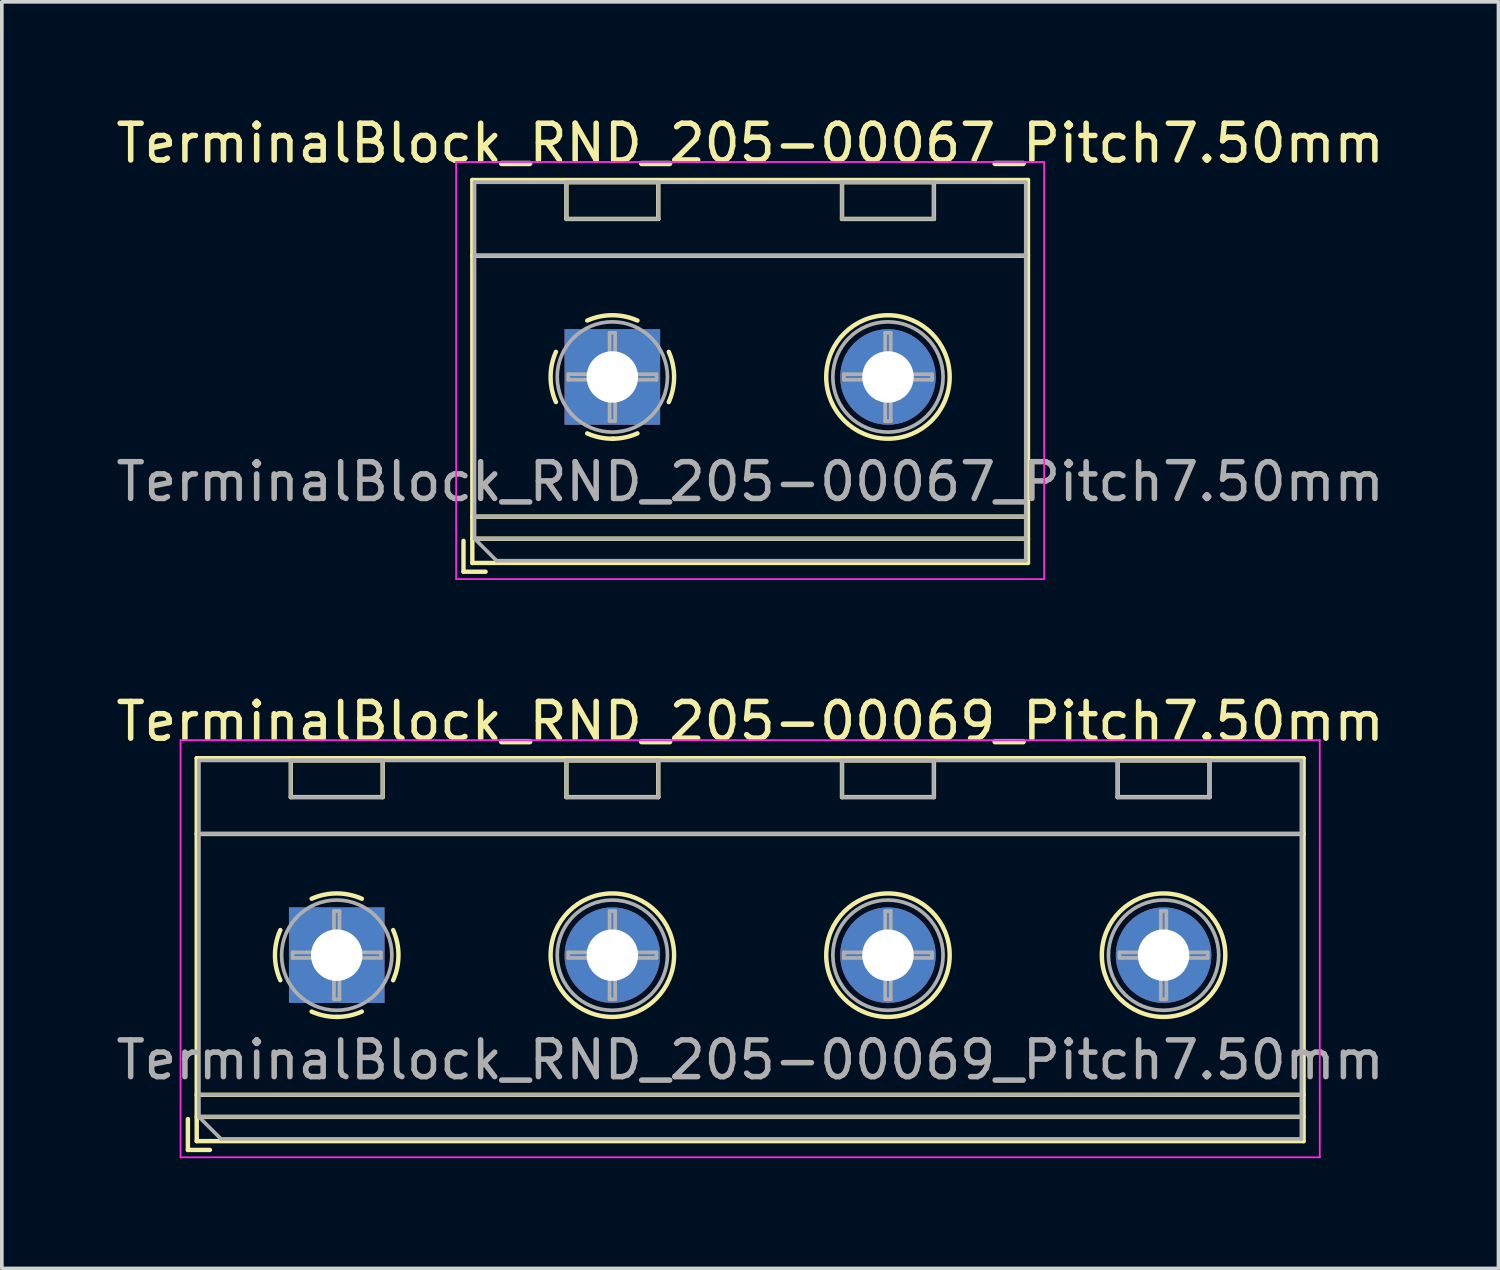
<source format=kicad_pcb>
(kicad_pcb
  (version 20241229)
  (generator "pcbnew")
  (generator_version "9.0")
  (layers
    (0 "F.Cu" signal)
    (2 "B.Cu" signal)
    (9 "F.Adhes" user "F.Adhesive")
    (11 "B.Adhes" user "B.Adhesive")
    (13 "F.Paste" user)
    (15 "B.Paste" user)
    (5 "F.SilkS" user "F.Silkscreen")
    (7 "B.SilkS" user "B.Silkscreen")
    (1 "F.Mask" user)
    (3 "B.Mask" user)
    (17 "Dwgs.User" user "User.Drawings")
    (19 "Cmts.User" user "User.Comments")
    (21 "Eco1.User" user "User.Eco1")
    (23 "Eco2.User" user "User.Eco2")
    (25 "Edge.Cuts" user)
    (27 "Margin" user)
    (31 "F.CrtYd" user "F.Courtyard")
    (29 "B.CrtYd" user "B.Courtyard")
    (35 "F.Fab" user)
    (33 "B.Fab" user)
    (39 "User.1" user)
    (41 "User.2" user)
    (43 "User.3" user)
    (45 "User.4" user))
  (footprint "TerminalBlock_RND_205-00069_Pitch7.50mm"
    (layer "F.Cu")
    (at 6.113 22.942)
    (property "Reference" "TerminalBlock_RND_205-00069_Pitch7.50mm" (at 11.25 -6.36 0) (layer "F.SilkS") (effects (font (size 1 1) (thickness 0.15))))
    (attr through_hole)
    (fp_line (start -4.05 4.46) (end -4.05 5.3) (stroke (width 0.12) (type solid)) (layer "F.SilkS"))
    (fp_line (start -4.05 5.3) (end -3.45 5.3) (stroke (width 0.12) (type solid)) (layer "F.SilkS"))
    (fp_line (start -3.81 -5.36) (end -3.81 5.06) (stroke (width 0.12) (type solid)) (layer "F.SilkS"))
    (fp_line (start -3.81 -3.3) (end 26.31 -3.3) (stroke (width 0.12) (type solid)) (layer "F.SilkS"))
    (fp_line (start -3.81 3.8) (end 26.31 3.8) (stroke (width 0.12) (type solid)) (layer "F.SilkS"))
    (fp_line (start -3.81 4.4) (end 26.31 4.4) (stroke (width 0.12) (type solid)) (layer "F.SilkS"))
    (fp_line (start -3.81 5.06) (end 26.31 5.06) (stroke (width 0.12) (type solid)) (layer "F.SilkS"))
    (fp_line (start -1.25 -5.301) (end -1.25 -4.301) (stroke (width 0.12) (type solid)) (layer "F.SilkS"))
    (fp_line (start -1.25 -5.301) (end 1.25 -5.301) (stroke (width 0.12) (type solid)) (layer "F.SilkS"))
    (fp_line (start -1.25 -4.301) (end 1.25 -4.301) (stroke (width 0.12) (type solid)) (layer "F.SilkS"))
    (fp_line (start 1.25 -5.301) (end 1.25 -4.301) (stroke (width 0.12) (type solid)) (layer "F.SilkS"))
    (fp_line (start 6.25 -5.301) (end 6.25 -4.301) (stroke (width 0.12) (type solid)) (layer "F.SilkS"))
    (fp_line (start 6.25 -5.301) (end 8.75 -5.301) (stroke (width 0.12) (type solid)) (layer "F.SilkS"))
    (fp_line (start 6.25 -4.301) (end 8.75 -4.301) (stroke (width 0.12) (type solid)) (layer "F.SilkS"))
    (fp_line (start 8.75 -5.301) (end 8.75 -4.301) (stroke (width 0.12) (type solid)) (layer "F.SilkS"))
    (fp_line (start 13.75 -5.301) (end 13.75 -4.301) (stroke (width 0.12) (type solid)) (layer "F.SilkS"))
    (fp_line (start 13.75 -5.301) (end 16.25 -5.301) (stroke (width 0.12) (type solid)) (layer "F.SilkS"))
    (fp_line (start 13.75 -4.301) (end 16.25 -4.301) (stroke (width 0.12) (type solid)) (layer "F.SilkS"))
    (fp_line (start 16.25 -5.301) (end 16.25 -4.301) (stroke (width 0.12) (type solid)) (layer "F.SilkS"))
    (fp_line (start 21.25 -5.301) (end 21.25 -4.301) (stroke (width 0.12) (type solid)) (layer "F.SilkS"))
    (fp_line (start 21.25 -5.301) (end 23.75 -5.301) (stroke (width 0.12) (type solid)) (layer "F.SilkS"))
    (fp_line (start 21.25 -4.301) (end 23.75 -4.301) (stroke (width 0.12) (type solid)) (layer "F.SilkS"))
    (fp_line (start 23.75 -5.301) (end 23.75 -4.301) (stroke (width 0.12) (type solid)) (layer "F.SilkS"))
    (fp_line (start 26.31 -5.36) (end -3.81 -5.36) (stroke (width 0.12) (type solid)) (layer "F.SilkS"))
    (fp_line (start 26.31 5.06) (end 26.31 -5.36) (stroke (width 0.12) (type solid)) (layer "F.SilkS"))
    (fp_arc (start -1.535427 0.683042) (mid -1.680501 -0.000524) (end -1.535 -0.684) (stroke (width 0.12) (type solid)) (layer "F.SilkS"))
    (fp_arc (start -0.683042 -1.535427) (mid 0.000524 -1.680501) (end 0.684 -1.535) (stroke (width 0.12) (type solid)) (layer "F.SilkS"))
    (fp_arc (start 0.028805 1.680253) (mid -0.335551 1.646659) (end -0.684 1.535) (stroke (width 0.12) (type solid)) (layer "F.SilkS"))
    (fp_arc (start 0.683318 1.534756) (mid 0.349292 1.643288) (end 0 1.68) (stroke (width 0.12) (type solid)) (layer "F.SilkS"))
    (fp_arc (start 1.535427 -0.683042) (mid 1.680501 0.000524) (end 1.535 0.684) (stroke (width 0.12) (type solid)) (layer "F.SilkS"))
    (fp_circle (center 7.5 0) (end 9.18 0) (stroke (width 0.12) (type solid)) (fill no) (layer "F.SilkS"))
    (fp_circle (center 15 0) (end 16.68 0) (stroke (width 0.12) (type solid)) (fill no) (layer "F.SilkS"))
    (fp_circle (center 22.5 0) (end 24.18 0) (stroke (width 0.12) (type solid)) (fill no) (layer "F.SilkS"))
    (fp_line (start -4.25 -5.85) (end -4.25 5.5) (stroke (width 0.05) (type solid)) (layer "F.CrtYd"))
    (fp_line (start -4.25 5.5) (end 26.75 5.5) (stroke (width 0.05) (type solid)) (layer "F.CrtYd"))
    (fp_line (start 26.75 -5.85) (end -4.25 -5.85) (stroke (width 0.05) (type solid)) (layer "F.CrtYd"))
    (fp_line (start 26.75 5.5) (end 26.75 -5.85) (stroke (width 0.05) (type solid)) (layer "F.CrtYd"))
    (fp_line (start -3.75 -5.3) (end 26.25 -5.3) (stroke (width 0.1) (type solid)) (layer "F.Fab"))
    (fp_line (start -3.75 -3.3) (end 26.25 -3.3) (stroke (width 0.1) (type solid)) (layer "F.Fab"))
    (fp_line (start -3.75 3.8) (end 26.25 3.8) (stroke (width 0.1) (type solid)) (layer "F.Fab"))
    (fp_line (start -3.75 4.4) (end -3.75 -5.3) (stroke (width 0.1) (type solid)) (layer "F.Fab"))
    (fp_line (start -3.75 4.4) (end 26.25 4.4) (stroke (width 0.1) (type solid)) (layer "F.Fab"))
    (fp_line (start -3.15 5) (end -3.75 4.4) (stroke (width 0.1) (type solid)) (layer "F.Fab"))
    (fp_line (start -1.25 -5.3) (end -1.25 -4.3) (stroke (width 0.1) (type solid)) (layer "F.Fab"))
    (fp_line (start -1.25 -4.3) (end 1.25 -4.3) (stroke (width 0.1) (type solid)) (layer "F.Fab"))
    (fp_line (start -1.201 -0.076) (end -0.076 -0.076) (stroke (width 0.1) (type solid)) (layer "F.Fab"))
    (fp_line (start -1.201 0.076) (end -1.201 -0.076) (stroke (width 0.1) (type solid)) (layer "F.Fab"))
    (fp_line (start -0.076 -1.201) (end 0.076 -1.201) (stroke (width 0.1) (type solid)) (layer "F.Fab"))
    (fp_line (start -0.076 -0.076) (end -0.076 -1.201) (stroke (width 0.1) (type solid)) (layer "F.Fab"))
    (fp_line (start -0.076 0.076) (end -1.201 0.076) (stroke (width 0.1) (type solid)) (layer "F.Fab"))
    (fp_line (start -0.076 1.201) (end -0.076 0.076) (stroke (width 0.1) (type solid)) (layer "F.Fab"))
    (fp_line (start 0.076 -1.201) (end 0.076 -0.076) (stroke (width 0.1) (type solid)) (layer "F.Fab"))
    (fp_line (start 0.076 -0.076) (end 1.201 -0.076) (stroke (width 0.1) (type solid)) (layer "F.Fab"))
    (fp_line (start 0.076 0.076) (end 0.076 1.201) (stroke (width 0.1) (type solid)) (layer "F.Fab"))
    (fp_line (start 0.076 1.201) (end -0.076 1.201) (stroke (width 0.1) (type solid)) (layer "F.Fab"))
    (fp_line (start 1.201 -0.076) (end 1.201 0.076) (stroke (width 0.1) (type solid)) (layer "F.Fab"))
    (fp_line (start 1.201 0.076) (end 0.076 0.076) (stroke (width 0.1) (type solid)) (layer "F.Fab"))
    (fp_line (start 1.25 -5.3) (end -1.25 -5.3) (stroke (width 0.1) (type solid)) (layer "F.Fab"))
    (fp_line (start 1.25 -4.3) (end 1.25 -5.3) (stroke (width 0.1) (type solid)) (layer "F.Fab"))
    (fp_line (start 6.25 -5.3) (end 6.25 -4.3) (stroke (width 0.1) (type solid)) (layer "F.Fab"))
    (fp_line (start 6.25 -4.3) (end 8.75 -4.3) (stroke (width 0.1) (type solid)) (layer "F.Fab"))
    (fp_line (start 6.299 -0.076) (end 7.424 -0.076) (stroke (width 0.1) (type solid)) (layer "F.Fab"))
    (fp_line (start 6.299 0.076) (end 6.299 -0.076) (stroke (width 0.1) (type solid)) (layer "F.Fab"))
    (fp_line (start 7.424 -1.201) (end 7.576 -1.201) (stroke (width 0.1) (type solid)) (layer "F.Fab"))
    (fp_line (start 7.424 -0.076) (end 7.424 -1.201) (stroke (width 0.1) (type solid)) (layer "F.Fab"))
    (fp_line (start 7.424 0.076) (end 6.299 0.076) (stroke (width 0.1) (type solid)) (layer "F.Fab"))
    (fp_line (start 7.424 1.201) (end 7.424 0.076) (stroke (width 0.1) (type solid)) (layer "F.Fab"))
    (fp_line (start 7.576 -1.201) (end 7.576 -0.076) (stroke (width 0.1) (type solid)) (layer "F.Fab"))
    (fp_line (start 7.576 -0.076) (end 8.701 -0.076) (stroke (width 0.1) (type solid)) (layer "F.Fab"))
    (fp_line (start 7.576 0.076) (end 7.576 1.201) (stroke (width 0.1) (type solid)) (layer "F.Fab"))
    (fp_line (start 7.576 1.201) (end 7.424 1.201) (stroke (width 0.1) (type solid)) (layer "F.Fab"))
    (fp_line (start 8.701 -0.076) (end 8.701 0.076) (stroke (width 0.1) (type solid)) (layer "F.Fab"))
    (fp_line (start 8.701 0.076) (end 7.576 0.076) (stroke (width 0.1) (type solid)) (layer "F.Fab"))
    (fp_line (start 8.75 -5.3) (end 6.25 -5.3) (stroke (width 0.1) (type solid)) (layer "F.Fab"))
    (fp_line (start 8.75 -4.3) (end 8.75 -5.3) (stroke (width 0.1) (type solid)) (layer "F.Fab"))
    (fp_line (start 13.75 -5.3) (end 13.75 -4.3) (stroke (width 0.1) (type solid)) (layer "F.Fab"))
    (fp_line (start 13.75 -4.3) (end 16.25 -4.3) (stroke (width 0.1) (type solid)) (layer "F.Fab"))
    (fp_line (start 13.799 -0.076) (end 14.924 -0.076) (stroke (width 0.1) (type solid)) (layer "F.Fab"))
    (fp_line (start 13.799 0.076) (end 13.799 -0.076) (stroke (width 0.1) (type solid)) (layer "F.Fab"))
    (fp_line (start 14.924 -1.201) (end 15.076 -1.201) (stroke (width 0.1) (type solid)) (layer "F.Fab"))
    (fp_line (start 14.924 -0.076) (end 14.924 -1.201) (stroke (width 0.1) (type solid)) (layer "F.Fab"))
    (fp_line (start 14.924 0.076) (end 13.799 0.076) (stroke (width 0.1) (type solid)) (layer "F.Fab"))
    (fp_line (start 14.924 1.201) (end 14.924 0.076) (stroke (width 0.1) (type solid)) (layer "F.Fab"))
    (fp_line (start 15.076 -1.201) (end 15.076 -0.076) (stroke (width 0.1) (type solid)) (layer "F.Fab"))
    (fp_line (start 15.076 -0.076) (end 16.201 -0.076) (stroke (width 0.1) (type solid)) (layer "F.Fab"))
    (fp_line (start 15.076 0.076) (end 15.076 1.201) (stroke (width 0.1) (type solid)) (layer "F.Fab"))
    (fp_line (start 15.076 1.201) (end 14.924 1.201) (stroke (width 0.1) (type solid)) (layer "F.Fab"))
    (fp_line (start 16.201 -0.076) (end 16.201 0.076) (stroke (width 0.1) (type solid)) (layer "F.Fab"))
    (fp_line (start 16.201 0.076) (end 15.076 0.076) (stroke (width 0.1) (type solid)) (layer "F.Fab"))
    (fp_line (start 16.25 -5.3) (end 13.75 -5.3) (stroke (width 0.1) (type solid)) (layer "F.Fab"))
    (fp_line (start 16.25 -4.3) (end 16.25 -5.3) (stroke (width 0.1) (type solid)) (layer "F.Fab"))
    (fp_line (start 21.25 -5.3) (end 21.25 -4.3) (stroke (width 0.1) (type solid)) (layer "F.Fab"))
    (fp_line (start 21.25 -4.3) (end 23.75 -4.3) (stroke (width 0.1) (type solid)) (layer "F.Fab"))
    (fp_line (start 21.299 -0.076) (end 22.424 -0.076) (stroke (width 0.1) (type solid)) (layer "F.Fab"))
    (fp_line (start 21.299 0.076) (end 21.299 -0.076) (stroke (width 0.1) (type solid)) (layer "F.Fab"))
    (fp_line (start 22.424 -1.201) (end 22.576 -1.201) (stroke (width 0.1) (type solid)) (layer "F.Fab"))
    (fp_line (start 22.424 -0.076) (end 22.424 -1.201) (stroke (width 0.1) (type solid)) (layer "F.Fab"))
    (fp_line (start 22.424 0.076) (end 21.299 0.076) (stroke (width 0.1) (type solid)) (layer "F.Fab"))
    (fp_line (start 22.424 1.201) (end 22.424 0.076) (stroke (width 0.1) (type solid)) (layer "F.Fab"))
    (fp_line (start 22.576 -1.201) (end 22.576 -0.076) (stroke (width 0.1) (type solid)) (layer "F.Fab"))
    (fp_line (start 22.576 -0.076) (end 23.701 -0.076) (stroke (width 0.1) (type solid)) (layer "F.Fab"))
    (fp_line (start 22.576 0.076) (end 22.576 1.201) (stroke (width 0.1) (type solid)) (layer "F.Fab"))
    (fp_line (start 22.576 1.201) (end 22.424 1.201) (stroke (width 0.1) (type solid)) (layer "F.Fab"))
    (fp_line (start 23.701 -0.076) (end 23.701 0.076) (stroke (width 0.1) (type solid)) (layer "F.Fab"))
    (fp_line (start 23.701 0.076) (end 22.576 0.076) (stroke (width 0.1) (type solid)) (layer "F.Fab"))
    (fp_line (start 23.75 -5.3) (end 21.25 -5.3) (stroke (width 0.1) (type solid)) (layer "F.Fab"))
    (fp_line (start 23.75 -4.3) (end 23.75 -5.3) (stroke (width 0.1) (type solid)) (layer "F.Fab"))
    (fp_line (start 26.25 -5.3) (end 26.25 5) (stroke (width 0.1) (type solid)) (layer "F.Fab"))
    (fp_line (start 26.25 5) (end -3.15 5) (stroke (width 0.1) (type solid)) (layer "F.Fab"))
    (fp_circle (center 0 0) (end 1.5 0) (stroke (width 0.1) (type solid)) (fill no) (layer "F.Fab"))
    (fp_circle (center 7.5 0) (end 9 0) (stroke (width 0.1) (type solid)) (fill no) (layer "F.Fab"))
    (fp_circle (center 15 0) (end 16.5 0) (stroke (width 0.1) (type solid)) (fill no) (layer "F.Fab"))
    (fp_circle (center 22.5 0) (end 24 0) (stroke (width 0.1) (type solid)) (fill no) (layer "F.Fab"))
    (fp_text user "${REFERENCE}" (at 11.25 2.85 0) (layer "F.Fab") (effects (font (size 1 1) (thickness 0.15))))
    (pad "1" thru_hole rect (at 0 0) (size 2.6 2.6) (drill 1.4) (layers "*.Cu" "*.Mask"))
    (pad "2" thru_hole circle (at 7.5 0) (size 2.6 2.6) (drill 1.4) (layers "*.Cu" "*.Mask"))
    (pad "3" thru_hole circle (at 15 0) (size 2.6 2.6) (drill 1.4) (layers "*.Cu" "*.Mask"))
    (pad "4" thru_hole circle (at 22.5 0) (size 2.6 2.6) (drill 1.4) (layers "*.Cu" "*.Mask")))
  (footprint "TerminalBlock_RND_205-00067_Pitch7.50mm"
    (layer "F.Cu")
    (at 13.613 7.208)
    (property "Reference" "TerminalBlock_RND_205-00067_Pitch7.50mm" (at 3.75 -6.36 0) (layer "F.SilkS") (effects (font (size 1 1) (thickness 0.15))))
    (attr through_hole)
    (fp_line (start -4.05 4.46) (end -4.05 5.3) (stroke (width 0.12) (type solid)) (layer "F.SilkS"))
    (fp_line (start -4.05 5.3) (end -3.45 5.3) (stroke (width 0.12) (type solid)) (layer "F.SilkS"))
    (fp_line (start -3.81 -5.36) (end -3.81 5.06) (stroke (width 0.12) (type solid)) (layer "F.SilkS"))
    (fp_line (start -3.81 -3.3) (end 11.31 -3.3) (stroke (width 0.12) (type solid)) (layer "F.SilkS"))
    (fp_line (start -3.81 3.8) (end 11.31 3.8) (stroke (width 0.12) (type solid)) (layer "F.SilkS"))
    (fp_line (start -3.81 4.4) (end 11.31 4.4) (stroke (width 0.12) (type solid)) (layer "F.SilkS"))
    (fp_line (start -3.81 5.06) (end 11.31 5.06) (stroke (width 0.12) (type solid)) (layer "F.SilkS"))
    (fp_line (start -1.25 -5.301) (end -1.25 -4.301) (stroke (width 0.12) (type solid)) (layer "F.SilkS"))
    (fp_line (start -1.25 -5.301) (end 1.25 -5.301) (stroke (width 0.12) (type solid)) (layer "F.SilkS"))
    (fp_line (start -1.25 -4.301) (end 1.25 -4.301) (stroke (width 0.12) (type solid)) (layer "F.SilkS"))
    (fp_line (start 1.25 -5.301) (end 1.25 -4.301) (stroke (width 0.12) (type solid)) (layer "F.SilkS"))
    (fp_line (start 6.25 -5.301) (end 6.25 -4.301) (stroke (width 0.12) (type solid)) (layer "F.SilkS"))
    (fp_line (start 6.25 -5.301) (end 8.75 -5.301) (stroke (width 0.12) (type solid)) (layer "F.SilkS"))
    (fp_line (start 6.25 -4.301) (end 8.75 -4.301) (stroke (width 0.12) (type solid)) (layer "F.SilkS"))
    (fp_line (start 8.75 -5.301) (end 8.75 -4.301) (stroke (width 0.12) (type solid)) (layer "F.SilkS"))
    (fp_line (start 11.31 -5.36) (end -3.81 -5.36) (stroke (width 0.12) (type solid)) (layer "F.SilkS"))
    (fp_line (start 11.31 5.06) (end 11.31 -5.36) (stroke (width 0.12) (type solid)) (layer "F.SilkS"))
    (fp_arc (start -1.535427 0.683042) (mid -1.680501 -0.000524) (end -1.535 -0.684) (stroke (width 0.12) (type solid)) (layer "F.SilkS"))
    (fp_arc (start -0.683042 -1.535427) (mid 0.000524 -1.680501) (end 0.684 -1.535) (stroke (width 0.12) (type solid)) (layer "F.SilkS"))
    (fp_arc (start 0.028805 1.680253) (mid -0.335551 1.646659) (end -0.684 1.535) (stroke (width 0.12) (type solid)) (layer "F.SilkS"))
    (fp_arc (start 0.683318 1.534756) (mid 0.349292 1.643288) (end 0 1.68) (stroke (width 0.12) (type solid)) (layer "F.SilkS"))
    (fp_arc (start 1.535427 -0.683042) (mid 1.680501 0.000524) (end 1.535 0.684) (stroke (width 0.12) (type solid)) (layer "F.SilkS"))
    (fp_circle (center 7.5 0) (end 9.18 0) (stroke (width 0.12) (type solid)) (fill no) (layer "F.SilkS"))
    (fp_line (start -4.25 -5.85) (end -4.25 5.5) (stroke (width 0.05) (type solid)) (layer "F.CrtYd"))
    (fp_line (start -4.25 5.5) (end 11.75 5.5) (stroke (width 0.05) (type solid)) (layer "F.CrtYd"))
    (fp_line (start 11.75 -5.85) (end -4.25 -5.85) (stroke (width 0.05) (type solid)) (layer "F.CrtYd"))
    (fp_line (start 11.75 5.5) (end 11.75 -5.85) (stroke (width 0.05) (type solid)) (layer "F.CrtYd"))
    (fp_line (start -3.75 -5.3) (end 11.25 -5.3) (stroke (width 0.1) (type solid)) (layer "F.Fab"))
    (fp_line (start -3.75 -3.3) (end 11.25 -3.3) (stroke (width 0.1) (type solid)) (layer "F.Fab"))
    (fp_line (start -3.75 3.8) (end 11.25 3.8) (stroke (width 0.1) (type solid)) (layer "F.Fab"))
    (fp_line (start -3.75 4.4) (end -3.75 -5.3) (stroke (width 0.1) (type solid)) (layer "F.Fab"))
    (fp_line (start -3.75 4.4) (end 11.25 4.4) (stroke (width 0.1) (type solid)) (layer "F.Fab"))
    (fp_line (start -3.15 5) (end -3.75 4.4) (stroke (width 0.1) (type solid)) (layer "F.Fab"))
    (fp_line (start -1.25 -5.3) (end -1.25 -4.3) (stroke (width 0.1) (type solid)) (layer "F.Fab"))
    (fp_line (start -1.25 -4.3) (end 1.25 -4.3) (stroke (width 0.1) (type solid)) (layer "F.Fab"))
    (fp_line (start -1.201 -0.076) (end -0.076 -0.076) (stroke (width 0.1) (type solid)) (layer "F.Fab"))
    (fp_line (start -1.201 0.076) (end -1.201 -0.076) (stroke (width 0.1) (type solid)) (layer "F.Fab"))
    (fp_line (start -0.076 -1.201) (end 0.076 -1.201) (stroke (width 0.1) (type solid)) (layer "F.Fab"))
    (fp_line (start -0.076 -0.076) (end -0.076 -1.201) (stroke (width 0.1) (type solid)) (layer "F.Fab"))
    (fp_line (start -0.076 0.076) (end -1.201 0.076) (stroke (width 0.1) (type solid)) (layer "F.Fab"))
    (fp_line (start -0.076 1.201) (end -0.076 0.076) (stroke (width 0.1) (type solid)) (layer "F.Fab"))
    (fp_line (start 0.076 -1.201) (end 0.076 -0.076) (stroke (width 0.1) (type solid)) (layer "F.Fab"))
    (fp_line (start 0.076 -0.076) (end 1.201 -0.076) (stroke (width 0.1) (type solid)) (layer "F.Fab"))
    (fp_line (start 0.076 0.076) (end 0.076 1.201) (stroke (width 0.1) (type solid)) (layer "F.Fab"))
    (fp_line (start 0.076 1.201) (end -0.076 1.201) (stroke (width 0.1) (type solid)) (layer "F.Fab"))
    (fp_line (start 1.201 -0.076) (end 1.201 0.076) (stroke (width 0.1) (type solid)) (layer "F.Fab"))
    (fp_line (start 1.201 0.076) (end 0.076 0.076) (stroke (width 0.1) (type solid)) (layer "F.Fab"))
    (fp_line (start 1.25 -5.3) (end -1.25 -5.3) (stroke (width 0.1) (type solid)) (layer "F.Fab"))
    (fp_line (start 1.25 -4.3) (end 1.25 -5.3) (stroke (width 0.1) (type solid)) (layer "F.Fab"))
    (fp_line (start 6.25 -5.3) (end 6.25 -4.3) (stroke (width 0.1) (type solid)) (layer "F.Fab"))
    (fp_line (start 6.25 -4.3) (end 8.75 -4.3) (stroke (width 0.1) (type solid)) (layer "F.Fab"))
    (fp_line (start 6.299 -0.076) (end 7.424 -0.076) (stroke (width 0.1) (type solid)) (layer "F.Fab"))
    (fp_line (start 6.299 0.076) (end 6.299 -0.076) (stroke (width 0.1) (type solid)) (layer "F.Fab"))
    (fp_line (start 7.424 -1.201) (end 7.576 -1.201) (stroke (width 0.1) (type solid)) (layer "F.Fab"))
    (fp_line (start 7.424 -0.076) (end 7.424 -1.201) (stroke (width 0.1) (type solid)) (layer "F.Fab"))
    (fp_line (start 7.424 0.076) (end 6.299 0.076) (stroke (width 0.1) (type solid)) (layer "F.Fab"))
    (fp_line (start 7.424 1.201) (end 7.424 0.076) (stroke (width 0.1) (type solid)) (layer "F.Fab"))
    (fp_line (start 7.576 -1.201) (end 7.576 -0.076) (stroke (width 0.1) (type solid)) (layer "F.Fab"))
    (fp_line (start 7.576 -0.076) (end 8.701 -0.076) (stroke (width 0.1) (type solid)) (layer "F.Fab"))
    (fp_line (start 7.576 0.076) (end 7.576 1.201) (stroke (width 0.1) (type solid)) (layer "F.Fab"))
    (fp_line (start 7.576 1.201) (end 7.424 1.201) (stroke (width 0.1) (type solid)) (layer "F.Fab"))
    (fp_line (start 8.701 -0.076) (end 8.701 0.076) (stroke (width 0.1) (type solid)) (layer "F.Fab"))
    (fp_line (start 8.701 0.076) (end 7.576 0.076) (stroke (width 0.1) (type solid)) (layer "F.Fab"))
    (fp_line (start 8.75 -5.3) (end 6.25 -5.3) (stroke (width 0.1) (type solid)) (layer "F.Fab"))
    (fp_line (start 8.75 -4.3) (end 8.75 -5.3) (stroke (width 0.1) (type solid)) (layer "F.Fab"))
    (fp_line (start 11.25 -5.3) (end 11.25 5) (stroke (width 0.1) (type solid)) (layer "F.Fab"))
    (fp_line (start 11.25 5) (end -3.15 5) (stroke (width 0.1) (type solid)) (layer "F.Fab"))
    (fp_circle (center 0 0) (end 1.5 0) (stroke (width 0.1) (type solid)) (fill no) (layer "F.Fab"))
    (fp_circle (center 7.5 0) (end 9 0) (stroke (width 0.1) (type solid)) (fill no) (layer "F.Fab"))
    (fp_text user "${REFERENCE}" (at 3.75 2.85 0) (layer "F.Fab") (effects (font (size 1 1) (thickness 0.15))))
    (pad "1" thru_hole rect (at 0 0) (size 2.6 2.6) (drill 1.4) (layers "*.Cu" "*.Mask"))
    (pad "2" thru_hole circle (at 7.5 0) (size 2.6 2.6) (drill 1.4) (layers "*.Cu" "*.Mask")))
  (gr_rect
    (start -3 -3)
    (end 37.726 31.466)
    (stroke (width 0.1) (type default))
    (fill no)
    (layer "Edge.Cuts")))
</source>
